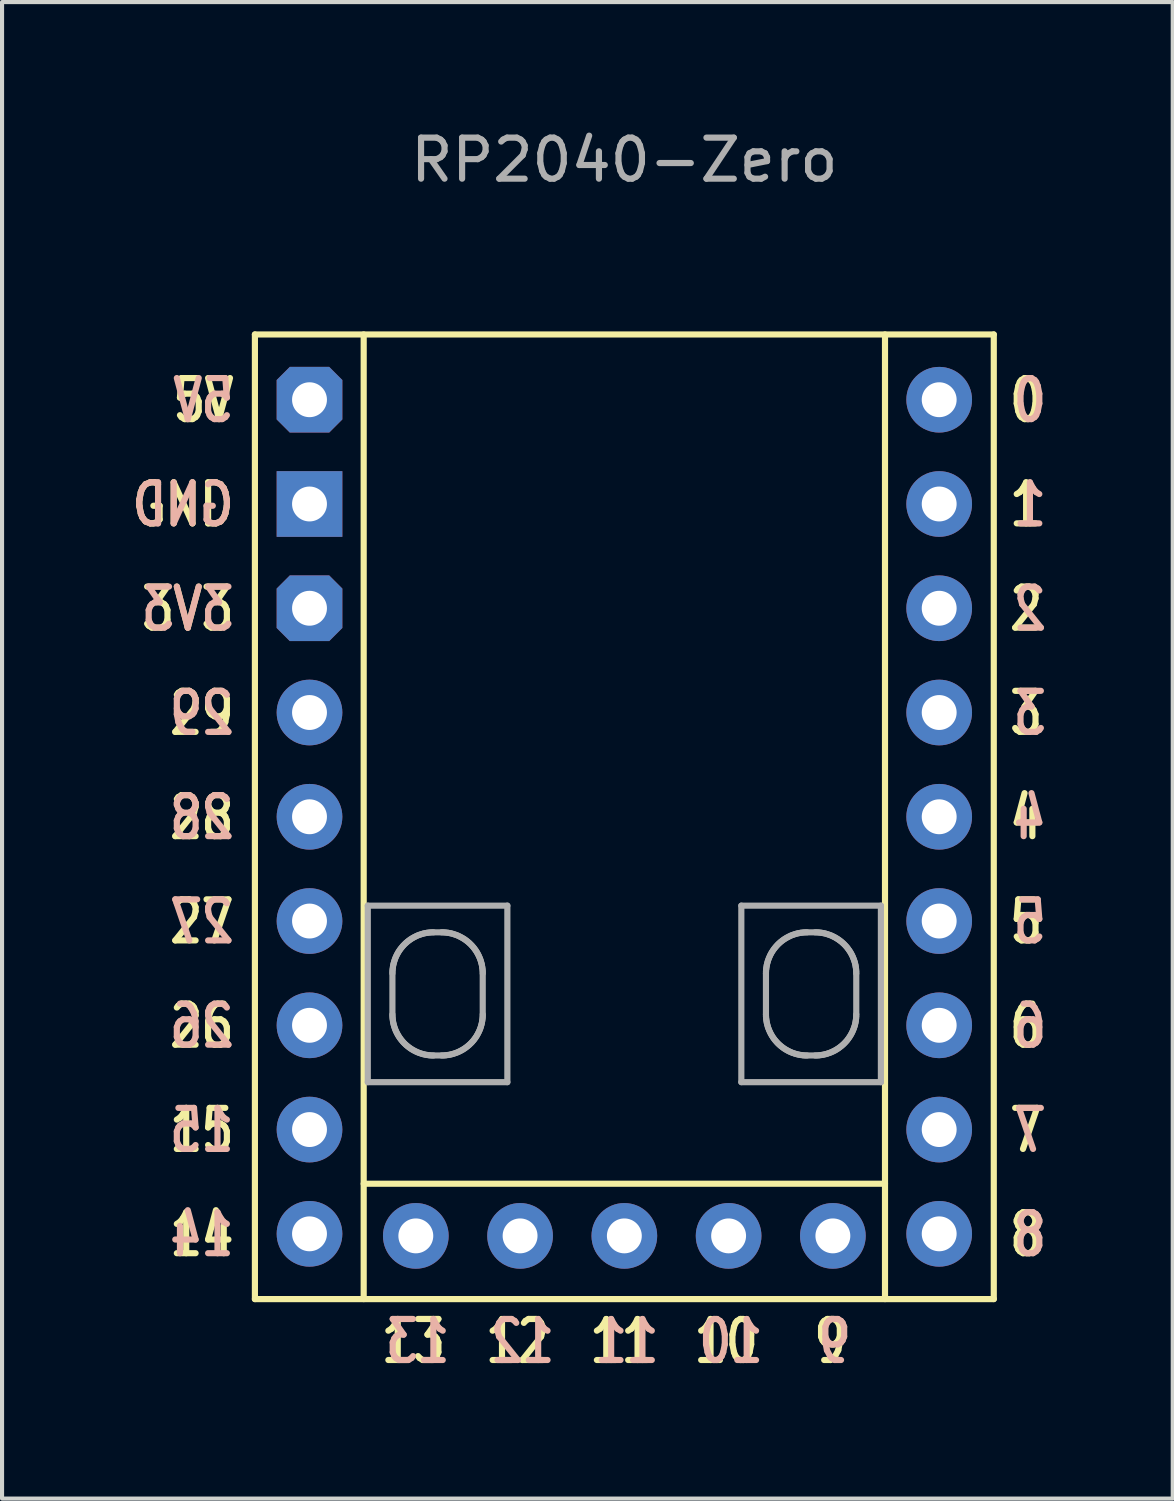
<source format=kicad_pcb>
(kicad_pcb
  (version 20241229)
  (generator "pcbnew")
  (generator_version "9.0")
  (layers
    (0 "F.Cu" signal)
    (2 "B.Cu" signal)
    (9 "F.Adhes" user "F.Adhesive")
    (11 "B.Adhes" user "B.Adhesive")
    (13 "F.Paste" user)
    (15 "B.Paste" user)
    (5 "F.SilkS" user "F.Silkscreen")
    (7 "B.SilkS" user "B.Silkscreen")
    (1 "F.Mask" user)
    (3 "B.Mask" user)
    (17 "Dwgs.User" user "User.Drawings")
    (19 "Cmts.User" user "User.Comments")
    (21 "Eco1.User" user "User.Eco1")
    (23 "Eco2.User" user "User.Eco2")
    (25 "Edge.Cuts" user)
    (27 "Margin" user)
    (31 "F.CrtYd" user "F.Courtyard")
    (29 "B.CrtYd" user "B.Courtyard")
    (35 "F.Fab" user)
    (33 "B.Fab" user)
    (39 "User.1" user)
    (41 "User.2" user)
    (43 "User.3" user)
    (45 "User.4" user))
  (footprint "RP2040-Zero"
    (layer "F.Cu")
    (at 12.16 16.848)
    (property "Reference" "RP2040-Zero" (at 0 -16 0) (layer "F.Fab") (effects (font (size 1 1) (thickness 0.15))))
    (attr through_hole exclude_from_pos_files)
    (fp_line (start -9 -11.75) (end 9 -11.75) (stroke (width 0.15) (type default)) (layer "F.SilkS"))
    (fp_line (start -9 11.75) (end -9 -11.75) (stroke (width 0.15) (type default)) (layer "F.SilkS"))
    (fp_line (start -9 11.75) (end 9 11.75) (stroke (width 0.15) (type default)) (layer "F.SilkS"))
    (fp_line (start -6.35 -11.75) (end -6.35 11.75) (stroke (width 0.15) (type solid)) (layer "F.SilkS"))
    (fp_line (start -6.35 8.94) (end 6.35 8.94) (stroke (width 0.15) (type solid)) (layer "F.SilkS"))
    (fp_line (start 6.35 11.75) (end 6.35 -11.75) (stroke (width 0.15) (type solid)) (layer "F.SilkS"))
    (fp_line (start 9 11.75) (end 9 -11.75) (stroke (width 0.15) (type default)) (layer "F.SilkS"))
    (fp_line (start -6.25 2.165) (end -2.85 2.165) (stroke (width 0.15) (type default)) (layer "F.Fab"))
    (fp_line (start -6.25 6.465) (end -6.25 2.165) (stroke (width 0.15) (type default)) (layer "F.Fab"))
    (fp_line (start -5.65 3.815) (end -5.649 3.763) (stroke (width 0.15) (type default)) (layer "F.Fab"))
    (fp_line (start -5.65 4.815) (end -5.65 3.815) (stroke (width 0.15) (type default)) (layer "F.Fab"))
    (fp_line (start -5.649 3.763) (end -5.645 3.713) (stroke (width 0.15) (type default)) (layer "F.Fab"))
    (fp_line (start -5.649 4.866) (end -5.65 4.815) (stroke (width 0.15) (type default)) (layer "F.Fab"))
    (fp_line (start -5.645 3.713) (end -5.638 3.663) (stroke (width 0.15) (type default)) (layer "F.Fab"))
    (fp_line (start -5.645 4.917) (end -5.649 4.866) (stroke (width 0.15) (type default)) (layer "F.Fab"))
    (fp_line (start -5.638 3.663) (end -5.63 3.613) (stroke (width 0.15) (type default)) (layer "F.Fab"))
    (fp_line (start -5.638 4.967) (end -5.645 4.917) (stroke (width 0.15) (type default)) (layer "F.Fab"))
    (fp_line (start -5.63 3.613) (end -5.618 3.565) (stroke (width 0.15) (type default)) (layer "F.Fab"))
    (fp_line (start -5.63 5.016) (end -5.638 4.967) (stroke (width 0.15) (type default)) (layer "F.Fab"))
    (fp_line (start -5.618 3.565) (end -5.605 3.518) (stroke (width 0.15) (type default)) (layer "F.Fab"))
    (fp_line (start -5.618 5.065) (end -5.63 5.016) (stroke (width 0.15) (type default)) (layer "F.Fab"))
    (fp_line (start -5.605 3.518) (end -5.589 3.471) (stroke (width 0.15) (type default)) (layer "F.Fab"))
    (fp_line (start -5.605 5.112) (end -5.618 5.065) (stroke (width 0.15) (type default)) (layer "F.Fab"))
    (fp_line (start -5.589 3.471) (end -5.571 3.426) (stroke (width 0.15) (type default)) (layer "F.Fab"))
    (fp_line (start -5.589 5.159) (end -5.605 5.112) (stroke (width 0.15) (type default)) (layer "F.Fab"))
    (fp_line (start -5.571 3.426) (end -5.551 3.381) (stroke (width 0.15) (type default)) (layer "F.Fab"))
    (fp_line (start -5.571 5.204) (end -5.589 5.159) (stroke (width 0.15) (type default)) (layer "F.Fab"))
    (fp_line (start -5.551 3.381) (end -5.529 3.338) (stroke (width 0.15) (type default)) (layer "F.Fab"))
    (fp_line (start -5.551 5.248) (end -5.571 5.204) (stroke (width 0.15) (type default)) (layer "F.Fab"))
    (fp_line (start -5.529 3.338) (end -5.505 3.296) (stroke (width 0.15) (type default)) (layer "F.Fab"))
    (fp_line (start -5.529 5.291) (end -5.551 5.248) (stroke (width 0.15) (type default)) (layer "F.Fab"))
    (fp_line (start -5.505 3.296) (end -5.479 3.256) (stroke (width 0.15) (type default)) (layer "F.Fab"))
    (fp_line (start -5.505 5.333) (end -5.529 5.291) (stroke (width 0.15) (type default)) (layer "F.Fab"))
    (fp_line (start -5.479 3.256) (end -5.451 3.217) (stroke (width 0.15) (type default)) (layer "F.Fab"))
    (fp_line (start -5.479 5.374) (end -5.505 5.333) (stroke (width 0.15) (type default)) (layer "F.Fab"))
    (fp_line (start -5.451 3.217) (end -5.421 3.179) (stroke (width 0.15) (type default)) (layer "F.Fab"))
    (fp_line (start -5.451 5.413) (end -5.479 5.374) (stroke (width 0.15) (type default)) (layer "F.Fab"))
    (fp_line (start -5.421 3.179) (end -5.39 3.143) (stroke (width 0.15) (type default)) (layer "F.Fab"))
    (fp_line (start -5.421 5.451) (end -5.451 5.413) (stroke (width 0.15) (type default)) (layer "F.Fab"))
    (fp_line (start -5.39 3.143) (end -5.357 3.108) (stroke (width 0.15) (type default)) (layer "F.Fab"))
    (fp_line (start -5.39 5.487) (end -5.421 5.451) (stroke (width 0.15) (type default)) (layer "F.Fab"))
    (fp_line (start -5.357 3.108) (end -5.322 3.075) (stroke (width 0.15) (type default)) (layer "F.Fab"))
    (fp_line (start -5.357 5.522) (end -5.39 5.487) (stroke (width 0.15) (type default)) (layer "F.Fab"))
    (fp_line (start -5.322 3.075) (end -5.286 3.043) (stroke (width 0.15) (type default)) (layer "F.Fab"))
    (fp_line (start -5.322 5.555) (end -5.357 5.522) (stroke (width 0.15) (type default)) (layer "F.Fab"))
    (fp_line (start -5.286 3.043) (end -5.248 3.014) (stroke (width 0.15) (type default)) (layer "F.Fab"))
    (fp_line (start -5.286 5.586) (end -5.322 5.555) (stroke (width 0.15) (type default)) (layer "F.Fab"))
    (fp_line (start -5.248 3.014) (end -5.209 2.986) (stroke (width 0.15) (type default)) (layer "F.Fab"))
    (fp_line (start -5.248 5.616) (end -5.286 5.586) (stroke (width 0.15) (type default)) (layer "F.Fab"))
    (fp_line (start -5.209 2.986) (end -5.168 2.96) (stroke (width 0.15) (type default)) (layer "F.Fab"))
    (fp_line (start -5.209 5.644) (end -5.248 5.616) (stroke (width 0.15) (type default)) (layer "F.Fab"))
    (fp_line (start -5.168 2.96) (end -5.126 2.936) (stroke (width 0.15) (type default)) (layer "F.Fab"))
    (fp_line (start -5.168 5.67) (end -5.209 5.644) (stroke (width 0.15) (type default)) (layer "F.Fab"))
    (fp_line (start -5.126 2.936) (end -5.083 2.914) (stroke (width 0.15) (type default)) (layer "F.Fab"))
    (fp_line (start -5.126 5.694) (end -5.168 5.67) (stroke (width 0.15) (type default)) (layer "F.Fab"))
    (fp_line (start -5.083 2.914) (end -5.039 2.893) (stroke (width 0.15) (type default)) (layer "F.Fab"))
    (fp_line (start -5.083 5.716) (end -5.126 5.694) (stroke (width 0.15) (type default)) (layer "F.Fab"))
    (fp_line (start -5.039 2.893) (end -4.994 2.876) (stroke (width 0.15) (type default)) (layer "F.Fab"))
    (fp_line (start -5.039 5.736) (end -5.083 5.716) (stroke (width 0.15) (type default)) (layer "F.Fab"))
    (fp_line (start -4.994 2.876) (end -4.947 2.86) (stroke (width 0.15) (type default)) (layer "F.Fab"))
    (fp_line (start -4.994 5.754) (end -5.039 5.736) (stroke (width 0.15) (type default)) (layer "F.Fab"))
    (fp_line (start -4.947 2.86) (end -4.9 2.846) (stroke (width 0.15) (type default)) (layer "F.Fab"))
    (fp_line (start -4.947 5.77) (end -4.994 5.754) (stroke (width 0.15) (type default)) (layer "F.Fab"))
    (fp_line (start -4.9 2.846) (end -4.851 2.835) (stroke (width 0.15) (type default)) (layer "F.Fab"))
    (fp_line (start -4.9 5.783) (end -4.947 5.77) (stroke (width 0.15) (type default)) (layer "F.Fab"))
    (fp_line (start -4.851 2.835) (end -4.802 2.826) (stroke (width 0.15) (type default)) (layer "F.Fab"))
    (fp_line (start -4.851 5.795) (end -4.9 5.783) (stroke (width 0.15) (type default)) (layer "F.Fab"))
    (fp_line (start -4.802 2.826) (end -4.752 2.82) (stroke (width 0.15) (type default)) (layer "F.Fab"))
    (fp_line (start -4.802 5.803) (end -4.851 5.795) (stroke (width 0.15) (type default)) (layer "F.Fab"))
    (fp_line (start -4.752 2.82) (end -4.701 2.816) (stroke (width 0.15) (type default)) (layer "F.Fab"))
    (fp_line (start -4.752 5.81) (end -4.802 5.803) (stroke (width 0.15) (type default)) (layer "F.Fab"))
    (fp_line (start -4.701 2.816) (end -4.65 2.815) (stroke (width 0.15) (type default)) (layer "F.Fab"))
    (fp_line (start -4.701 5.814) (end -4.752 5.81) (stroke (width 0.15) (type default)) (layer "F.Fab"))
    (fp_line (start -4.65 2.815) (end -4.45 2.815) (stroke (width 0.15) (type default)) (layer "F.Fab"))
    (fp_line (start -4.65 5.815) (end -4.701 5.814) (stroke (width 0.15) (type default)) (layer "F.Fab"))
    (fp_line (start -4.45 2.815) (end -4.399 2.816) (stroke (width 0.15) (type default)) (layer "F.Fab"))
    (fp_line (start -4.45 5.815) (end -4.65 5.815) (stroke (width 0.15) (type default)) (layer "F.Fab"))
    (fp_line (start -4.399 2.816) (end -4.348 2.82) (stroke (width 0.15) (type default)) (layer "F.Fab"))
    (fp_line (start -4.399 5.814) (end -4.45 5.815) (stroke (width 0.15) (type default)) (layer "F.Fab"))
    (fp_line (start -4.348 2.82) (end -4.298 2.826) (stroke (width 0.15) (type default)) (layer "F.Fab"))
    (fp_line (start -4.348 5.81) (end -4.399 5.814) (stroke (width 0.15) (type default)) (layer "F.Fab"))
    (fp_line (start -4.298 2.826) (end -4.248 2.835) (stroke (width 0.15) (type default)) (layer "F.Fab"))
    (fp_line (start -4.298 5.803) (end -4.348 5.81) (stroke (width 0.15) (type default)) (layer "F.Fab"))
    (fp_line (start -4.248 2.835) (end -4.2 2.846) (stroke (width 0.15) (type default)) (layer "F.Fab"))
    (fp_line (start -4.248 5.795) (end -4.298 5.803) (stroke (width 0.15) (type default)) (layer "F.Fab"))
    (fp_line (start -4.2 2.846) (end -4.153 2.86) (stroke (width 0.15) (type default)) (layer "F.Fab"))
    (fp_line (start -4.2 5.783) (end -4.248 5.795) (stroke (width 0.15) (type default)) (layer "F.Fab"))
    (fp_line (start -4.153 2.86) (end -4.106 2.876) (stroke (width 0.15) (type default)) (layer "F.Fab"))
    (fp_line (start -4.153 5.77) (end -4.2 5.783) (stroke (width 0.15) (type default)) (layer "F.Fab"))
    (fp_line (start -4.106 2.876) (end -4.061 2.893) (stroke (width 0.15) (type default)) (layer "F.Fab"))
    (fp_line (start -4.106 5.754) (end -4.153 5.77) (stroke (width 0.15) (type default)) (layer "F.Fab"))
    (fp_line (start -4.061 2.893) (end -4.017 2.914) (stroke (width 0.15) (type default)) (layer "F.Fab"))
    (fp_line (start -4.061 5.736) (end -4.106 5.754) (stroke (width 0.15) (type default)) (layer "F.Fab"))
    (fp_line (start -4.017 2.914) (end -3.974 2.936) (stroke (width 0.15) (type default)) (layer "F.Fab"))
    (fp_line (start -4.017 5.716) (end -4.061 5.736) (stroke (width 0.15) (type default)) (layer "F.Fab"))
    (fp_line (start -3.974 2.936) (end -3.932 2.96) (stroke (width 0.15) (type default)) (layer "F.Fab"))
    (fp_line (start -3.974 5.694) (end -4.017 5.716) (stroke (width 0.15) (type default)) (layer "F.Fab"))
    (fp_line (start -3.932 2.96) (end -3.891 2.986) (stroke (width 0.15) (type default)) (layer "F.Fab"))
    (fp_line (start -3.932 5.67) (end -3.974 5.694) (stroke (width 0.15) (type default)) (layer "F.Fab"))
    (fp_line (start -3.891 2.986) (end -3.852 3.014) (stroke (width 0.15) (type default)) (layer "F.Fab"))
    (fp_line (start -3.891 5.644) (end -3.932 5.67) (stroke (width 0.15) (type default)) (layer "F.Fab"))
    (fp_line (start -3.852 3.014) (end -3.814 3.043) (stroke (width 0.15) (type default)) (layer "F.Fab"))
    (fp_line (start -3.852 5.616) (end -3.891 5.644) (stroke (width 0.15) (type default)) (layer "F.Fab"))
    (fp_line (start -3.814 3.043) (end -3.778 3.075) (stroke (width 0.15) (type default)) (layer "F.Fab"))
    (fp_line (start -3.814 5.586) (end -3.852 5.616) (stroke (width 0.15) (type default)) (layer "F.Fab"))
    (fp_line (start -3.778 3.075) (end -3.743 3.108) (stroke (width 0.15) (type default)) (layer "F.Fab"))
    (fp_line (start -3.778 5.555) (end -3.814 5.586) (stroke (width 0.15) (type default)) (layer "F.Fab"))
    (fp_line (start -3.743 3.108) (end -3.71 3.143) (stroke (width 0.15) (type default)) (layer "F.Fab"))
    (fp_line (start -3.743 5.522) (end -3.778 5.555) (stroke (width 0.15) (type default)) (layer "F.Fab"))
    (fp_line (start -3.71 3.143) (end -3.678 3.179) (stroke (width 0.15) (type default)) (layer "F.Fab"))
    (fp_line (start -3.71 5.487) (end -3.743 5.522) (stroke (width 0.15) (type default)) (layer "F.Fab"))
    (fp_line (start -3.678 3.179) (end -3.649 3.217) (stroke (width 0.15) (type default)) (layer "F.Fab"))
    (fp_line (start -3.678 5.451) (end -3.71 5.487) (stroke (width 0.15) (type default)) (layer "F.Fab"))
    (fp_line (start -3.649 3.217) (end -3.621 3.256) (stroke (width 0.15) (type default)) (layer "F.Fab"))
    (fp_line (start -3.649 5.413) (end -3.678 5.451) (stroke (width 0.15) (type default)) (layer "F.Fab"))
    (fp_line (start -3.621 3.256) (end -3.595 3.296) (stroke (width 0.15) (type default)) (layer "F.Fab"))
    (fp_line (start -3.621 5.374) (end -3.649 5.413) (stroke (width 0.15) (type default)) (layer "F.Fab"))
    (fp_line (start -3.595 3.296) (end -3.571 3.338) (stroke (width 0.15) (type default)) (layer "F.Fab"))
    (fp_line (start -3.595 5.333) (end -3.621 5.374) (stroke (width 0.15) (type default)) (layer "F.Fab"))
    (fp_line (start -3.571 3.338) (end -3.549 3.381) (stroke (width 0.15) (type default)) (layer "F.Fab"))
    (fp_line (start -3.571 5.291) (end -3.595 5.333) (stroke (width 0.15) (type default)) (layer "F.Fab"))
    (fp_line (start -3.549 3.381) (end -3.529 3.426) (stroke (width 0.15) (type default)) (layer "F.Fab"))
    (fp_line (start -3.549 5.248) (end -3.571 5.291) (stroke (width 0.15) (type default)) (layer "F.Fab"))
    (fp_line (start -3.529 3.426) (end -3.511 3.471) (stroke (width 0.15) (type default)) (layer "F.Fab"))
    (fp_line (start -3.529 5.204) (end -3.549 5.248) (stroke (width 0.15) (type default)) (layer "F.Fab"))
    (fp_line (start -3.511 3.471) (end -3.495 3.518) (stroke (width 0.15) (type default)) (layer "F.Fab"))
    (fp_line (start -3.511 5.159) (end -3.529 5.204) (stroke (width 0.15) (type default)) (layer "F.Fab"))
    (fp_line (start -3.495 3.518) (end -3.482 3.565) (stroke (width 0.15) (type default)) (layer "F.Fab"))
    (fp_line (start -3.495 5.112) (end -3.511 5.159) (stroke (width 0.15) (type default)) (layer "F.Fab"))
    (fp_line (start -3.482 3.565) (end -3.47 3.613) (stroke (width 0.15) (type default)) (layer "F.Fab"))
    (fp_line (start -3.482 5.065) (end -3.495 5.112) (stroke (width 0.15) (type default)) (layer "F.Fab"))
    (fp_line (start -3.47 3.613) (end -3.462 3.663) (stroke (width 0.15) (type default)) (layer "F.Fab"))
    (fp_line (start -3.47 5.016) (end -3.482 5.065) (stroke (width 0.15) (type default)) (layer "F.Fab"))
    (fp_line (start -3.462 3.663) (end -3.455 3.713) (stroke (width 0.15) (type default)) (layer "F.Fab"))
    (fp_line (start -3.462 4.967) (end -3.47 5.016) (stroke (width 0.15) (type default)) (layer "F.Fab"))
    (fp_line (start -3.455 3.713) (end -3.451 3.763) (stroke (width 0.15) (type default)) (layer "F.Fab"))
    (fp_line (start -3.455 4.917) (end -3.462 4.967) (stroke (width 0.15) (type default)) (layer "F.Fab"))
    (fp_line (start -3.451 3.763) (end -3.45 3.815) (stroke (width 0.15) (type default)) (layer "F.Fab"))
    (fp_line (start -3.451 4.866) (end -3.455 4.917) (stroke (width 0.15) (type default)) (layer "F.Fab"))
    (fp_line (start -3.45 3.815) (end -3.45 4.815) (stroke (width 0.15) (type default)) (layer "F.Fab"))
    (fp_line (start -3.45 4.815) (end -3.451 4.866) (stroke (width 0.15) (type default)) (layer "F.Fab"))
    (fp_line (start -2.85 2.165) (end -2.85 6.465) (stroke (width 0.15) (type default)) (layer "F.Fab"))
    (fp_line (start -2.85 6.465) (end -6.25 6.465) (stroke (width 0.15) (type default)) (layer "F.Fab"))
    (fp_line (start 2.85 2.165) (end 6.25 2.165) (stroke (width 0.15) (type default)) (layer "F.Fab"))
    (fp_line (start 2.85 6.465) (end 2.85 2.165) (stroke (width 0.15) (type default)) (layer "F.Fab"))
    (fp_line (start 3.45 3.815) (end 3.451 3.763) (stroke (width 0.15) (type default)) (layer "F.Fab"))
    (fp_line (start 3.45 4.815) (end 3.45 3.815) (stroke (width 0.15) (type default)) (layer "F.Fab"))
    (fp_line (start 3.451 3.763) (end 3.455 3.713) (stroke (width 0.15) (type default)) (layer "F.Fab"))
    (fp_line (start 3.451 4.866) (end 3.45 4.815) (stroke (width 0.15) (type default)) (layer "F.Fab"))
    (fp_line (start 3.455 3.713) (end 3.462 3.663) (stroke (width 0.15) (type default)) (layer "F.Fab"))
    (fp_line (start 3.455 4.917) (end 3.451 4.866) (stroke (width 0.15) (type default)) (layer "F.Fab"))
    (fp_line (start 3.462 3.663) (end 3.47 3.613) (stroke (width 0.15) (type default)) (layer "F.Fab"))
    (fp_line (start 3.462 4.967) (end 3.455 4.917) (stroke (width 0.15) (type default)) (layer "F.Fab"))
    (fp_line (start 3.47 3.613) (end 3.482 3.565) (stroke (width 0.15) (type default)) (layer "F.Fab"))
    (fp_line (start 3.47 5.016) (end 3.462 4.967) (stroke (width 0.15) (type default)) (layer "F.Fab"))
    (fp_line (start 3.482 3.565) (end 3.495 3.518) (stroke (width 0.15) (type default)) (layer "F.Fab"))
    (fp_line (start 3.482 5.065) (end 3.47 5.016) (stroke (width 0.15) (type default)) (layer "F.Fab"))
    (fp_line (start 3.495 3.518) (end 3.511 3.471) (stroke (width 0.15) (type default)) (layer "F.Fab"))
    (fp_line (start 3.495 5.112) (end 3.482 5.065) (stroke (width 0.15) (type default)) (layer "F.Fab"))
    (fp_line (start 3.511 3.471) (end 3.529 3.426) (stroke (width 0.15) (type default)) (layer "F.Fab"))
    (fp_line (start 3.511 5.159) (end 3.495 5.112) (stroke (width 0.15) (type default)) (layer "F.Fab"))
    (fp_line (start 3.529 3.426) (end 3.549 3.381) (stroke (width 0.15) (type default)) (layer "F.Fab"))
    (fp_line (start 3.529 5.204) (end 3.511 5.159) (stroke (width 0.15) (type default)) (layer "F.Fab"))
    (fp_line (start 3.549 3.381) (end 3.571 3.338) (stroke (width 0.15) (type default)) (layer "F.Fab"))
    (fp_line (start 3.549 5.248) (end 3.529 5.204) (stroke (width 0.15) (type default)) (layer "F.Fab"))
    (fp_line (start 3.571 3.338) (end 3.595 3.296) (stroke (width 0.15) (type default)) (layer "F.Fab"))
    (fp_line (start 3.571 5.291) (end 3.549 5.248) (stroke (width 0.15) (type default)) (layer "F.Fab"))
    (fp_line (start 3.595 3.296) (end 3.621 3.256) (stroke (width 0.15) (type default)) (layer "F.Fab"))
    (fp_line (start 3.595 5.333) (end 3.571 5.291) (stroke (width 0.15) (type default)) (layer "F.Fab"))
    (fp_line (start 3.621 3.256) (end 3.649 3.217) (stroke (width 0.15) (type default)) (layer "F.Fab"))
    (fp_line (start 3.621 5.374) (end 3.595 5.333) (stroke (width 0.15) (type default)) (layer "F.Fab"))
    (fp_line (start 3.649 3.217) (end 3.679 3.179) (stroke (width 0.15) (type default)) (layer "F.Fab"))
    (fp_line (start 3.649 5.413) (end 3.621 5.374) (stroke (width 0.15) (type default)) (layer "F.Fab"))
    (fp_line (start 3.679 3.179) (end 3.71 3.143) (stroke (width 0.15) (type default)) (layer "F.Fab"))
    (fp_line (start 3.679 5.451) (end 3.649 5.413) (stroke (width 0.15) (type default)) (layer "F.Fab"))
    (fp_line (start 3.71 3.143) (end 3.743 3.108) (stroke (width 0.15) (type default)) (layer "F.Fab"))
    (fp_line (start 3.71 5.487) (end 3.679 5.451) (stroke (width 0.15) (type default)) (layer "F.Fab"))
    (fp_line (start 3.743 3.108) (end 3.778 3.075) (stroke (width 0.15) (type default)) (layer "F.Fab"))
    (fp_line (start 3.743 5.522) (end 3.71 5.487) (stroke (width 0.15) (type default)) (layer "F.Fab"))
    (fp_line (start 3.778 3.075) (end 3.814 3.043) (stroke (width 0.15) (type default)) (layer "F.Fab"))
    (fp_line (start 3.778 5.555) (end 3.743 5.522) (stroke (width 0.15) (type default)) (layer "F.Fab"))
    (fp_line (start 3.814 3.043) (end 3.852 3.014) (stroke (width 0.15) (type default)) (layer "F.Fab"))
    (fp_line (start 3.814 5.586) (end 3.778 5.555) (stroke (width 0.15) (type default)) (layer "F.Fab"))
    (fp_line (start 3.852 3.014) (end 3.891 2.986) (stroke (width 0.15) (type default)) (layer "F.Fab"))
    (fp_line (start 3.852 5.616) (end 3.814 5.586) (stroke (width 0.15) (type default)) (layer "F.Fab"))
    (fp_line (start 3.891 2.986) (end 3.932 2.96) (stroke (width 0.15) (type default)) (layer "F.Fab"))
    (fp_line (start 3.891 5.644) (end 3.852 5.616) (stroke (width 0.15) (type default)) (layer "F.Fab"))
    (fp_line (start 3.932 2.96) (end 3.974 2.936) (stroke (width 0.15) (type default)) (layer "F.Fab"))
    (fp_line (start 3.932 5.67) (end 3.891 5.644) (stroke (width 0.15) (type default)) (layer "F.Fab"))
    (fp_line (start 3.974 2.936) (end 4.017 2.914) (stroke (width 0.15) (type default)) (layer "F.Fab"))
    (fp_line (start 3.974 5.694) (end 3.932 5.67) (stroke (width 0.15) (type default)) (layer "F.Fab"))
    (fp_line (start 4.017 2.914) (end 4.061 2.893) (stroke (width 0.15) (type default)) (layer "F.Fab"))
    (fp_line (start 4.017 5.716) (end 3.974 5.694) (stroke (width 0.15) (type default)) (layer "F.Fab"))
    (fp_line (start 4.061 2.893) (end 4.106 2.876) (stroke (width 0.15) (type default)) (layer "F.Fab"))
    (fp_line (start 4.061 5.736) (end 4.017 5.716) (stroke (width 0.15) (type default)) (layer "F.Fab"))
    (fp_line (start 4.106 2.876) (end 4.153 2.86) (stroke (width 0.15) (type default)) (layer "F.Fab"))
    (fp_line (start 4.106 5.754) (end 4.061 5.736) (stroke (width 0.15) (type default)) (layer "F.Fab"))
    (fp_line (start 4.153 2.86) (end 4.2 2.846) (stroke (width 0.15) (type default)) (layer "F.Fab"))
    (fp_line (start 4.153 5.77) (end 4.106 5.754) (stroke (width 0.15) (type default)) (layer "F.Fab"))
    (fp_line (start 4.2 2.846) (end 4.249 2.835) (stroke (width 0.15) (type default)) (layer "F.Fab"))
    (fp_line (start 4.2 5.783) (end 4.153 5.77) (stroke (width 0.15) (type default)) (layer "F.Fab"))
    (fp_line (start 4.249 2.835) (end 4.298 2.826) (stroke (width 0.15) (type default)) (layer "F.Fab"))
    (fp_line (start 4.249 5.795) (end 4.2 5.783) (stroke (width 0.15) (type default)) (layer "F.Fab"))
    (fp_line (start 4.298 2.826) (end 4.348 2.82) (stroke (width 0.15) (type default)) (layer "F.Fab"))
    (fp_line (start 4.298 5.803) (end 4.249 5.795) (stroke (width 0.15) (type default)) (layer "F.Fab"))
    (fp_line (start 4.348 2.82) (end 4.399 2.816) (stroke (width 0.15) (type default)) (layer "F.Fab"))
    (fp_line (start 4.348 5.81) (end 4.298 5.803) (stroke (width 0.15) (type default)) (layer "F.Fab"))
    (fp_line (start 4.399 2.816) (end 4.45 2.815) (stroke (width 0.15) (type default)) (layer "F.Fab"))
    (fp_line (start 4.399 5.814) (end 4.348 5.81) (stroke (width 0.15) (type default)) (layer "F.Fab"))
    (fp_line (start 4.45 2.815) (end 4.65 2.815) (stroke (width 0.15) (type default)) (layer "F.Fab"))
    (fp_line (start 4.45 5.815) (end 4.399 5.814) (stroke (width 0.15) (type default)) (layer "F.Fab"))
    (fp_line (start 4.65 2.815) (end 4.702 2.816) (stroke (width 0.15) (type default)) (layer "F.Fab"))
    (fp_line (start 4.65 5.815) (end 4.45 5.815) (stroke (width 0.15) (type default)) (layer "F.Fab"))
    (fp_line (start 4.702 2.816) (end 4.752 2.82) (stroke (width 0.15) (type default)) (layer "F.Fab"))
    (fp_line (start 4.702 5.814) (end 4.65 5.815) (stroke (width 0.15) (type default)) (layer "F.Fab"))
    (fp_line (start 4.752 2.82) (end 4.802 2.826) (stroke (width 0.15) (type default)) (layer "F.Fab"))
    (fp_line (start 4.752 5.81) (end 4.702 5.814) (stroke (width 0.15) (type default)) (layer "F.Fab"))
    (fp_line (start 4.802 2.826) (end 4.851 2.835) (stroke (width 0.15) (type default)) (layer "F.Fab"))
    (fp_line (start 4.802 5.803) (end 4.752 5.81) (stroke (width 0.15) (type default)) (layer "F.Fab"))
    (fp_line (start 4.851 2.835) (end 4.9 2.846) (stroke (width 0.15) (type default)) (layer "F.Fab"))
    (fp_line (start 4.851 5.795) (end 4.802 5.803) (stroke (width 0.15) (type default)) (layer "F.Fab"))
    (fp_line (start 4.9 2.846) (end 4.947 2.86) (stroke (width 0.15) (type default)) (layer "F.Fab"))
    (fp_line (start 4.9 5.783) (end 4.851 5.795) (stroke (width 0.15) (type default)) (layer "F.Fab"))
    (fp_line (start 4.947 2.86) (end 4.994 2.876) (stroke (width 0.15) (type default)) (layer "F.Fab"))
    (fp_line (start 4.947 5.77) (end 4.9 5.783) (stroke (width 0.15) (type default)) (layer "F.Fab"))
    (fp_line (start 4.994 2.876) (end 5.039 2.893) (stroke (width 0.15) (type default)) (layer "F.Fab"))
    (fp_line (start 4.994 5.754) (end 4.947 5.77) (stroke (width 0.15) (type default)) (layer "F.Fab"))
    (fp_line (start 5.039 2.893) (end 5.083 2.914) (stroke (width 0.15) (type default)) (layer "F.Fab"))
    (fp_line (start 5.039 5.736) (end 4.994 5.754) (stroke (width 0.15) (type default)) (layer "F.Fab"))
    (fp_line (start 5.083 2.914) (end 5.127 2.936) (stroke (width 0.15) (type default)) (layer "F.Fab"))
    (fp_line (start 5.083 5.716) (end 5.039 5.736) (stroke (width 0.15) (type default)) (layer "F.Fab"))
    (fp_line (start 5.127 2.936) (end 5.168 2.96) (stroke (width 0.15) (type default)) (layer "F.Fab"))
    (fp_line (start 5.127 5.694) (end 5.083 5.716) (stroke (width 0.15) (type default)) (layer "F.Fab"))
    (fp_line (start 5.168 2.96) (end 5.209 2.986) (stroke (width 0.15) (type default)) (layer "F.Fab"))
    (fp_line (start 5.168 5.67) (end 5.127 5.694) (stroke (width 0.15) (type default)) (layer "F.Fab"))
    (fp_line (start 5.209 2.986) (end 5.248 3.014) (stroke (width 0.15) (type default)) (layer "F.Fab"))
    (fp_line (start 5.209 5.644) (end 5.168 5.67) (stroke (width 0.15) (type default)) (layer "F.Fab"))
    (fp_line (start 5.248 3.014) (end 5.286 3.043) (stroke (width 0.15) (type default)) (layer "F.Fab"))
    (fp_line (start 5.248 5.616) (end 5.209 5.644) (stroke (width 0.15) (type default)) (layer "F.Fab"))
    (fp_line (start 5.286 3.043) (end 5.322 3.075) (stroke (width 0.15) (type default)) (layer "F.Fab"))
    (fp_line (start 5.286 5.586) (end 5.248 5.616) (stroke (width 0.15) (type default)) (layer "F.Fab"))
    (fp_line (start 5.322 3.075) (end 5.357 3.108) (stroke (width 0.15) (type default)) (layer "F.Fab"))
    (fp_line (start 5.322 5.555) (end 5.286 5.586) (stroke (width 0.15) (type default)) (layer "F.Fab"))
    (fp_line (start 5.357 3.108) (end 5.39 3.143) (stroke (width 0.15) (type default)) (layer "F.Fab"))
    (fp_line (start 5.357 5.522) (end 5.322 5.555) (stroke (width 0.15) (type default)) (layer "F.Fab"))
    (fp_line (start 5.39 3.143) (end 5.422 3.179) (stroke (width 0.15) (type default)) (layer "F.Fab"))
    (fp_line (start 5.39 5.487) (end 5.357 5.522) (stroke (width 0.15) (type default)) (layer "F.Fab"))
    (fp_line (start 5.422 3.179) (end 5.451 3.217) (stroke (width 0.15) (type default)) (layer "F.Fab"))
    (fp_line (start 5.422 5.451) (end 5.39 5.487) (stroke (width 0.15) (type default)) (layer "F.Fab"))
    (fp_line (start 5.451 3.217) (end 5.479 3.256) (stroke (width 0.15) (type default)) (layer "F.Fab"))
    (fp_line (start 5.451 5.413) (end 5.422 5.451) (stroke (width 0.15) (type default)) (layer "F.Fab"))
    (fp_line (start 5.479 3.256) (end 5.505 3.296) (stroke (width 0.15) (type default)) (layer "F.Fab"))
    (fp_line (start 5.479 5.374) (end 5.451 5.413) (stroke (width 0.15) (type default)) (layer "F.Fab"))
    (fp_line (start 5.505 3.296) (end 5.529 3.338) (stroke (width 0.15) (type default)) (layer "F.Fab"))
    (fp_line (start 5.505 5.333) (end 5.479 5.374) (stroke (width 0.15) (type default)) (layer "F.Fab"))
    (fp_line (start 5.529 3.338) (end 5.551 3.381) (stroke (width 0.15) (type default)) (layer "F.Fab"))
    (fp_line (start 5.529 5.291) (end 5.505 5.333) (stroke (width 0.15) (type default)) (layer "F.Fab"))
    (fp_line (start 5.551 3.381) (end 5.571 3.426) (stroke (width 0.15) (type default)) (layer "F.Fab"))
    (fp_line (start 5.551 5.248) (end 5.529 5.291) (stroke (width 0.15) (type default)) (layer "F.Fab"))
    (fp_line (start 5.571 3.426) (end 5.589 3.471) (stroke (width 0.15) (type default)) (layer "F.Fab"))
    (fp_line (start 5.571 5.204) (end 5.551 5.248) (stroke (width 0.15) (type default)) (layer "F.Fab"))
    (fp_line (start 5.589 3.471) (end 5.605 3.518) (stroke (width 0.15) (type default)) (layer "F.Fab"))
    (fp_line (start 5.589 5.159) (end 5.571 5.204) (stroke (width 0.15) (type default)) (layer "F.Fab"))
    (fp_line (start 5.605 3.518) (end 5.619 3.565) (stroke (width 0.15) (type default)) (layer "F.Fab"))
    (fp_line (start 5.605 5.112) (end 5.589 5.159) (stroke (width 0.15) (type default)) (layer "F.Fab"))
    (fp_line (start 5.619 3.565) (end 5.63 3.613) (stroke (width 0.15) (type default)) (layer "F.Fab"))
    (fp_line (start 5.619 5.065) (end 5.605 5.112) (stroke (width 0.15) (type default)) (layer "F.Fab"))
    (fp_line (start 5.63 3.613) (end 5.638 3.663) (stroke (width 0.15) (type default)) (layer "F.Fab"))
    (fp_line (start 5.63 5.016) (end 5.619 5.065) (stroke (width 0.15) (type default)) (layer "F.Fab"))
    (fp_line (start 5.638 3.663) (end 5.645 3.713) (stroke (width 0.15) (type default)) (layer "F.Fab"))
    (fp_line (start 5.638 4.967) (end 5.63 5.016) (stroke (width 0.15) (type default)) (layer "F.Fab"))
    (fp_line (start 5.645 3.713) (end 5.649 3.763) (stroke (width 0.15) (type default)) (layer "F.Fab"))
    (fp_line (start 5.645 4.917) (end 5.638 4.967) (stroke (width 0.15) (type default)) (layer "F.Fab"))
    (fp_line (start 5.649 3.763) (end 5.65 3.815) (stroke (width 0.15) (type default)) (layer "F.Fab"))
    (fp_line (start 5.649 4.866) (end 5.645 4.917) (stroke (width 0.15) (type default)) (layer "F.Fab"))
    (fp_line (start 5.65 3.815) (end 5.65 4.815) (stroke (width 0.15) (type default)) (layer "F.Fab"))
    (fp_line (start 5.65 4.815) (end 5.649 4.866) (stroke (width 0.15) (type default)) (layer "F.Fab"))
    (fp_line (start 6.25 2.165) (end 6.25 6.465) (stroke (width 0.15) (type default)) (layer "F.Fab"))
    (fp_line (start 6.25 6.465) (end 2.85 6.465) (stroke (width 0.15) (type default)) (layer "F.Fab"))
    (fp_text user "11" (at -0.92 13.364 0) (unlocked yes) (layer "F.SilkS") (effects (font (size 1 0.8) (thickness 0.15)) (justify left bottom)))
    (fp_text user "3V3" (at -9.432 -4.478 0) (unlocked yes) (layer "F.SilkS") (effects (font (size 1 0.8) (thickness 0.15)) (justify right bottom)))
    (fp_text user "27" (at -9.432 3.142 0) (unlocked yes) (layer "F.SilkS") (effects (font (size 1 0.8) (thickness 0.15)) (justify right bottom)))
    (fp_text user "2" (at 9.308 -4.478 0) (unlocked yes) (layer "F.SilkS") (effects (font (size 1 0.8) (thickness 0.15)) (justify left bottom)))
    (fp_text user "3" (at 9.308 -1.938 0) (unlocked yes) (layer "F.SilkS") (effects (font (size 1 0.8) (thickness 0.15)) (justify left bottom)))
    (fp_text user "1" (at 9.308 -7.018 0) (unlocked yes) (layer "F.SilkS") (effects (font (size 1 0.8) (thickness 0.15)) (justify left bottom)))
    (fp_text user "5V" (at -9.432 -9.558 0) (unlocked yes) (layer "F.SilkS") (effects (font (size 1 0.8) (thickness 0.15)) (justify right bottom)))
    (fp_text user "10" (at 1.62 13.364 0) (unlocked yes) (layer "F.SilkS") (effects (font (size 1 0.8) (thickness 0.15)) (justify left bottom)))
    (fp_text user "0" (at 9.308 -9.558 0) (unlocked yes) (layer "F.SilkS") (effects (font (size 1 0.8) (thickness 0.15)) (justify left bottom)))
    (fp_text user "5" (at 9.308 3.142 0) (unlocked yes) (layer "F.SilkS") (effects (font (size 1 0.8) (thickness 0.15)) (justify left bottom)))
    (fp_text user "28" (at -9.432 0.602 0) (unlocked yes) (layer "F.SilkS") (effects (font (size 1 0.8) (thickness 0.15)) (justify right bottom)))
    (fp_text user "7" (at 9.308 8.222 0) (unlocked yes) (layer "F.SilkS") (effects (font (size 1 0.8) (thickness 0.15)) (justify left bottom)))
    (fp_text user "29" (at -9.432 -1.938 0) (unlocked yes) (layer "F.SilkS") (effects (font (size 1 0.8) (thickness 0.15)) (justify right bottom)))
    (fp_text user "15" (at -9.432 8.222 0) (unlocked yes) (layer "F.SilkS") (effects (font (size 1 0.8) (thickness 0.15)) (justify right bottom)))
    (fp_text user "GND" (at -9.432 -7.018 0) (unlocked yes) (layer "F.SilkS") (effects (font (size 1 0.8) (thickness 0.15)) (justify right bottom)))
    (fp_text user "12" (at -3.46 13.364 0) (unlocked yes) (layer "F.SilkS") (effects (font (size 1 0.8) (thickness 0.15)) (justify left bottom)))
    (fp_text user "4" (at 9.308 0.602 0) (unlocked yes) (layer "F.SilkS") (effects (font (size 1 0.8) (thickness 0.15)) (justify left bottom)))
    (fp_text user "6" (at 9.308 5.682 0) (unlocked yes) (layer "F.SilkS") (effects (font (size 1 0.8) (thickness 0.15)) (justify left bottom)))
    (fp_text user "9" (at 4.541 13.364 0) (unlocked yes) (layer "F.SilkS") (effects (font (size 1 0.8) (thickness 0.15)) (justify left bottom)))
    (fp_text user "13" (at -6 13.364 0) (unlocked yes) (layer "F.SilkS") (effects (font (size 1 0.8) (thickness 0.15)) (justify left bottom)))
    (fp_text user "14" (at -9.432 10.762 0) (unlocked yes) (layer "F.SilkS") (effects (font (size 1 0.8) (thickness 0.15)) (justify right bottom)))
    (fp_text user "26" (at -9.432 5.682 0) (unlocked yes) (layer "F.SilkS") (effects (font (size 1 0.8) (thickness 0.15)) (justify right bottom)))
    (fp_text user "8" (at 9.308 10.762 0) (unlocked yes) (layer "F.SilkS") (effects (font (size 1 0.8) (thickness 0.15)) (justify left bottom)))
    (fp_text user "13" (at -4.173 13.364 0) (unlocked yes) (layer "B.SilkS") (effects (font (size 1 0.8) (thickness 0.15)) (justify left bottom mirror)))
    (fp_text user "28" (at -9.432 0.602 0) (unlocked yes) (layer "B.SilkS") (effects (font (size 1 0.8) (thickness 0.15)) (justify left bottom mirror)))
    (fp_text user "8" (at 10.36 10.762 0) (unlocked yes) (layer "B.SilkS") (effects (font (size 1 0.8) (thickness 0.15)) (justify left bottom mirror)))
    (fp_text user "12" (at -1.62 13.364 0) (unlocked yes) (layer "B.SilkS") (effects (font (size 1 0.8) (thickness 0.15)) (justify left bottom mirror)))
    (fp_text user "26" (at -9.432 5.682 0) (unlocked yes) (layer "B.SilkS") (effects (font (size 1 0.8) (thickness 0.15)) (justify left bottom mirror)))
    (fp_text user "29" (at -9.432 -1.938 0) (unlocked yes) (layer "B.SilkS") (effects (font (size 1 0.8) (thickness 0.15)) (justify left bottom mirror)))
    (fp_text user "4" (at 10.36 0.602 0) (unlocked yes) (layer "B.SilkS") (effects (font (size 1 0.8) (thickness 0.15)) (justify left bottom mirror)))
    (fp_text user "3" (at 10.36 -1.938 0) (unlocked yes) (layer "B.SilkS") (effects (font (size 1 0.8) (thickness 0.15)) (justify left bottom mirror)))
    (fp_text user "1" (at 10.36 -7.018 0) (unlocked yes) (layer "B.SilkS") (effects (font (size 1 0.8) (thickness 0.15)) (justify left bottom mirror)))
    (fp_text user "3V3" (at -9.432 -4.478 0) (unlocked yes) (layer "B.SilkS") (effects (font (size 1 0.8) (thickness 0.15)) (justify left bottom mirror)))
    (fp_text user "15" (at -9.432 8.222 0) (unlocked yes) (layer "B.SilkS") (effects (font (size 1 0.8) (thickness 0.15)) (justify left bottom mirror)))
    (fp_text user "9" (at 5.606 13.364 0) (unlocked yes) (layer "B.SilkS") (effects (font (size 1 0.8) (thickness 0.15)) (justify left bottom mirror)))
    (fp_text user "2" (at 10.36 -4.478 0) (unlocked yes) (layer "B.SilkS") (effects (font (size 1 0.8) (thickness 0.15)) (justify left bottom mirror)))
    (fp_text user "11" (at 0.92 13.364 0) (unlocked yes) (layer "B.SilkS") (effects (font (size 1 0.8) (thickness 0.15)) (justify left bottom mirror)))
    (fp_text user "7" (at 10.36 8.222 0) (unlocked yes) (layer "B.SilkS") (effects (font (size 1 0.8) (thickness 0.15)) (justify left bottom mirror)))
    (fp_text user "GND" (at -9.432 -7.018 0) (unlocked yes) (layer "B.SilkS") (effects (font (size 1 0.8) (thickness 0.15)) (justify left bottom mirror)))
    (fp_text user "27" (at -9.432 3.142 0) (unlocked yes) (layer "B.SilkS") (effects (font (size 1 0.8) (thickness 0.15)) (justify left bottom mirror)))
    (fp_text user "10" (at 3.46 13.364 0) (unlocked yes) (layer "B.SilkS") (effects (font (size 1 0.8) (thickness 0.15)) (justify left bottom mirror)))
    (fp_text user "5V" (at -9.432 -9.558 0) (unlocked yes) (layer "B.SilkS") (effects (font (size 1 0.8) (thickness 0.15)) (justify left bottom mirror)))
    (fp_text user "6" (at 10.36 5.682 0) (unlocked yes) (layer "B.SilkS") (effects (font (size 1 0.8) (thickness 0.15)) (justify left bottom mirror)))
    (fp_text user "14" (at -9.432 10.762 0) (unlocked yes) (layer "B.SilkS") (effects (font (size 1 0.8) (thickness 0.15)) (justify left bottom mirror)))
    (fp_text user "0" (at 10.36 -9.558 0) (unlocked yes) (layer "B.SilkS") (effects (font (size 1 0.8) (thickness 0.15)) (justify left bottom mirror)))
    (fp_text user "5" (at 10.36 3.142 0) (unlocked yes) (layer "B.SilkS") (effects (font (size 1 0.8) (thickness 0.15)) (justify left bottom mirror)))
    (pad "0" thru_hole circle (at 7.67 -10.16 180) (size 1.6 1.6) (drill 0.85) (layers "*.Cu" "*.Mask"))
    (pad "1" thru_hole circle (at 7.67 -7.62 180) (size 1.6 1.6) (drill 0.85) (layers "*.Cu" "*.Mask"))
    (pad "2" thru_hole circle (at 7.67 -5.08 180) (size 1.6 1.6) (drill 0.85) (layers "*.Cu" "*.Mask"))
    (pad "3" thru_hole circle (at 7.67 -2.54 180) (size 1.6 1.6) (drill 0.85) (layers "*.Cu" "*.Mask"))
    (pad "4" thru_hole circle (at 7.67 0 180) (size 1.6 1.6) (drill 0.85) (layers "*.Cu" "*.Mask"))
    (pad "5" thru_hole circle (at 7.67 2.54 180) (size 1.6 1.6) (drill 0.85) (layers "*.Cu" "*.Mask"))
    (pad "6" thru_hole circle (at 7.67 5.08 180) (size 1.6 1.6) (drill 0.85) (layers "*.Cu" "*.Mask"))
    (pad "7" thru_hole circle (at 7.67 7.62 180) (size 1.6 1.6) (drill 0.85) (layers "*.Cu" "*.Mask"))
    (pad "8" thru_hole circle (at 7.67 10.16 180) (size 1.6 1.6) (drill 0.85) (layers "*.Cu" "*.Mask"))
    (pad "9" thru_hole circle (at 5.08 10.21 90) (size 1.6 1.6) (drill 0.85) (layers "*.Cu" "*.Mask"))
    (pad "10" thru_hole circle (at 2.54 10.21 90) (size 1.6 1.6) (drill 0.85) (layers "*.Cu" "*.Mask"))
    (pad "11" thru_hole circle (at 0 10.21 90) (size 1.6 1.6) (drill 0.85) (layers "*.Cu" "*.Mask"))
    (pad "12" thru_hole circle (at -2.54 10.21 90) (size 1.6 1.6) (drill 0.85) (layers "*.Cu" "*.Mask"))
    (pad "13" thru_hole circle (at -5.08 10.21 90) (size 1.6 1.6) (drill 0.85) (layers "*.Cu" "*.Mask"))
    (pad "14" thru_hole circle (at -7.67 10.16) (size 1.6 1.6) (drill 0.85) (layers "*.Cu" "*.Mask"))
    (pad "15" thru_hole circle (at -7.67 7.62) (size 1.6 1.6) (drill 0.85) (layers "*.Cu" "*.Mask"))
    (pad "26" thru_hole circle (at -7.67 5.08) (size 1.6 1.6) (drill 0.85) (layers "*.Cu" "*.Mask"))
    (pad "27" thru_hole circle (at -7.67 2.54) (size 1.6 1.6) (drill 0.85) (layers "*.Cu" "*.Mask"))
    (pad "28" thru_hole circle (at -7.67 0) (size 1.6 1.6) (drill 0.85) (layers "*.Cu" "*.Mask"))
    (pad "29" thru_hole circle (at -7.67 -2.54) (size 1.6 1.6) (drill 0.85) (layers "*.Cu" "*.Mask"))
    (pad "30" thru_hole roundrect (at -7.67 -5.08) (size 1.6 1.6) (drill 0.85) (layers "*.Cu" "*.Mask") (roundrect_rratio 0) (chamfer_ratio 0.2) (chamfer top_left top_right bottom_left bottom_right))
    (pad "31" thru_hole rect (at -7.67 -7.62) (size 1.6 1.6) (drill 0.85) (layers "*.Cu" "*.Mask"))
    (pad "32" thru_hole roundrect (at -7.67 -10.16) (size 1.6 1.6) (drill 0.85) (layers "*.Cu" "*.Mask") (roundrect_rratio 0) (chamfer_ratio 0.2) (chamfer top_left top_right bottom_left bottom_right)))
  (gr_rect
    (start -3 -3)
    (end 25.52 33.458)
    (stroke (width 0.1) (type default))
    (fill no)
    (layer "Edge.Cuts")))
</source>
